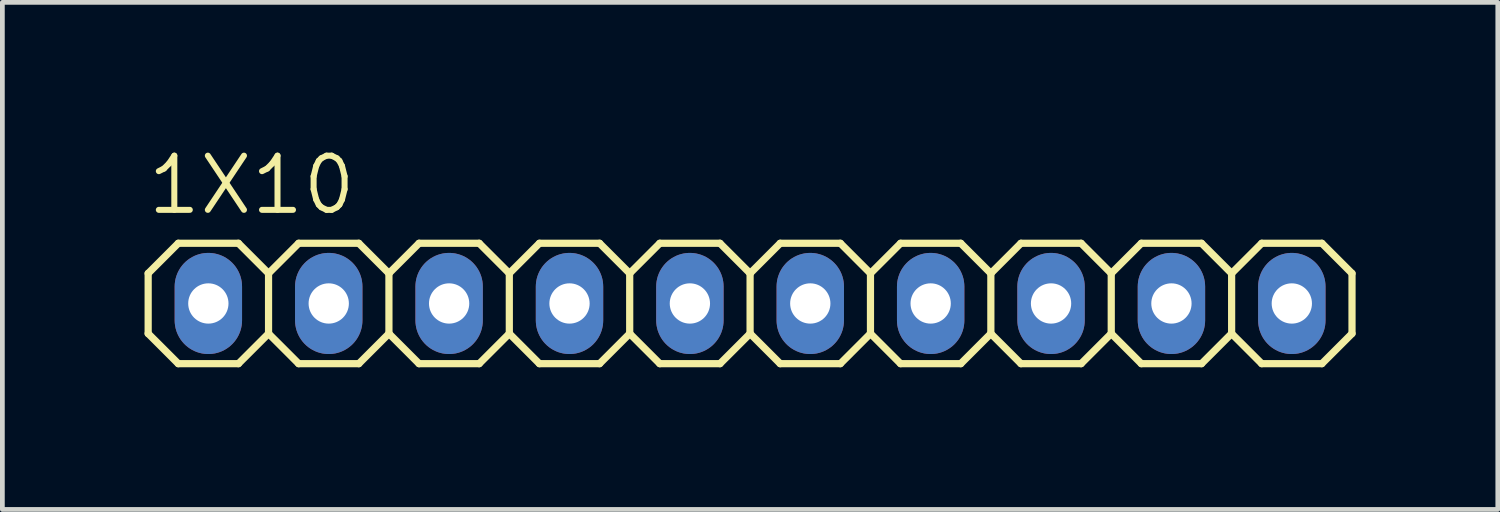
<source format=kicad_pcb>
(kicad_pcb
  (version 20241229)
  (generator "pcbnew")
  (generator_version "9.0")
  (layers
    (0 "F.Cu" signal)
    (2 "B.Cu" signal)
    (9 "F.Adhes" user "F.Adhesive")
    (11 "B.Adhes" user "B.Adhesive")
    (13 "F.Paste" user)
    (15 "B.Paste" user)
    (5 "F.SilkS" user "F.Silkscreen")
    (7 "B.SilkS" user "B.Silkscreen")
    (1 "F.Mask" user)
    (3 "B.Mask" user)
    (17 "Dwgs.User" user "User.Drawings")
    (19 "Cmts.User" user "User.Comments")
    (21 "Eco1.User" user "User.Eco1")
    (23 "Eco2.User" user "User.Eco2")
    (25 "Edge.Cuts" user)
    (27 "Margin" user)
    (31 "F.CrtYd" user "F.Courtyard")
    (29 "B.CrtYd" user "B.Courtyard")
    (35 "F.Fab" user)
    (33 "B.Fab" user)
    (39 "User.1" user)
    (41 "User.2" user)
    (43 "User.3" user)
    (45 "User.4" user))
  (footprint "1X10"
    (layer "F.Cu")
    (at 12.776 3.353)
    (property "Reference" "1X10" (at -12.776 -1.829 0) (layer "F.SilkS") (effects (font (size 1.143 1.143) (thickness 0.127)) (justify left bottom)))
    (fp_line (start -12.7 -0.635) (end -12.7 0.635) (stroke (width 0.152) (type solid)) (layer "F.SilkS"))
    (fp_line (start -12.7 0.635) (end -12.065 1.27) (stroke (width 0.152) (type solid)) (layer "F.SilkS"))
    (fp_line (start -12.065 -1.27) (end -12.7 -0.635) (stroke (width 0.152) (type solid)) (layer "F.SilkS"))
    (fp_line (start -12.065 -1.27) (end -10.795 -1.27) (stroke (width 0.152) (type solid)) (layer "F.SilkS"))
    (fp_line (start -10.795 -1.27) (end -10.16 -0.635) (stroke (width 0.152) (type solid)) (layer "F.SilkS"))
    (fp_line (start -10.795 1.27) (end -12.065 1.27) (stroke (width 0.152) (type solid)) (layer "F.SilkS"))
    (fp_line (start -10.16 -0.635) (end -10.16 0.635) (stroke (width 0.152) (type solid)) (layer "F.SilkS"))
    (fp_line (start -10.16 -0.635) (end -9.525 -1.27) (stroke (width 0.152) (type solid)) (layer "F.SilkS"))
    (fp_line (start -10.16 0.635) (end -10.795 1.27) (stroke (width 0.152) (type solid)) (layer "F.SilkS"))
    (fp_line (start -9.525 -1.27) (end -8.255 -1.27) (stroke (width 0.152) (type solid)) (layer "F.SilkS"))
    (fp_line (start -9.525 1.27) (end -10.16 0.635) (stroke (width 0.152) (type solid)) (layer "F.SilkS"))
    (fp_line (start -8.255 -1.27) (end -7.62 -0.635) (stroke (width 0.152) (type solid)) (layer "F.SilkS"))
    (fp_line (start -8.255 1.27) (end -9.525 1.27) (stroke (width 0.152) (type solid)) (layer "F.SilkS"))
    (fp_line (start -7.62 -0.635) (end -7.62 0.635) (stroke (width 0.152) (type solid)) (layer "F.SilkS"))
    (fp_line (start -7.62 -0.635) (end -6.985 -1.27) (stroke (width 0.152) (type solid)) (layer "F.SilkS"))
    (fp_line (start -7.62 0.635) (end -8.255 1.27) (stroke (width 0.152) (type solid)) (layer "F.SilkS"))
    (fp_line (start -6.985 -1.27) (end -5.715 -1.27) (stroke (width 0.152) (type solid)) (layer "F.SilkS"))
    (fp_line (start -6.985 1.27) (end -7.62 0.635) (stroke (width 0.152) (type solid)) (layer "F.SilkS"))
    (fp_line (start -5.715 -1.27) (end -5.08 -0.635) (stroke (width 0.152) (type solid)) (layer "F.SilkS"))
    (fp_line (start -5.715 1.27) (end -6.985 1.27) (stroke (width 0.152) (type solid)) (layer "F.SilkS"))
    (fp_line (start -5.08 -0.635) (end -5.08 0.635) (stroke (width 0.152) (type solid)) (layer "F.SilkS"))
    (fp_line (start -5.08 0.635) (end -5.715 1.27) (stroke (width 0.152) (type solid)) (layer "F.SilkS"))
    (fp_line (start -5.08 0.635) (end -4.445 1.27) (stroke (width 0.152) (type solid)) (layer "F.SilkS"))
    (fp_line (start -4.445 -1.27) (end -5.08 -0.635) (stroke (width 0.152) (type solid)) (layer "F.SilkS"))
    (fp_line (start -4.445 -1.27) (end -3.175 -1.27) (stroke (width 0.152) (type solid)) (layer "F.SilkS"))
    (fp_line (start -3.175 -1.27) (end -2.54 -0.635) (stroke (width 0.152) (type solid)) (layer "F.SilkS"))
    (fp_line (start -3.175 1.27) (end -4.445 1.27) (stroke (width 0.152) (type solid)) (layer "F.SilkS"))
    (fp_line (start -2.54 -0.635) (end -2.54 0.635) (stroke (width 0.152) (type solid)) (layer "F.SilkS"))
    (fp_line (start -2.54 -0.635) (end -1.905 -1.27) (stroke (width 0.152) (type solid)) (layer "F.SilkS"))
    (fp_line (start -2.54 0.635) (end -3.175 1.27) (stroke (width 0.152) (type solid)) (layer "F.SilkS"))
    (fp_line (start -1.905 -1.27) (end -0.635 -1.27) (stroke (width 0.152) (type solid)) (layer "F.SilkS"))
    (fp_line (start -1.905 1.27) (end -2.54 0.635) (stroke (width 0.152) (type solid)) (layer "F.SilkS"))
    (fp_line (start -0.635 -1.27) (end 0 -0.635) (stroke (width 0.152) (type solid)) (layer "F.SilkS"))
    (fp_line (start -0.635 1.27) (end -1.905 1.27) (stroke (width 0.152) (type solid)) (layer "F.SilkS"))
    (fp_line (start 0 -0.635) (end 0 0.635) (stroke (width 0.152) (type solid)) (layer "F.SilkS"))
    (fp_line (start 0 -0.635) (end 0.635 -1.27) (stroke (width 0.152) (type solid)) (layer "F.SilkS"))
    (fp_line (start 0 0.635) (end -0.635 1.27) (stroke (width 0.152) (type solid)) (layer "F.SilkS"))
    (fp_line (start 0.635 -1.27) (end 1.905 -1.27) (stroke (width 0.152) (type solid)) (layer "F.SilkS"))
    (fp_line (start 0.635 1.27) (end 0 0.635) (stroke (width 0.152) (type solid)) (layer "F.SilkS"))
    (fp_line (start 1.905 -1.27) (end 2.54 -0.635) (stroke (width 0.152) (type solid)) (layer "F.SilkS"))
    (fp_line (start 1.905 1.27) (end 0.635 1.27) (stroke (width 0.152) (type solid)) (layer "F.SilkS"))
    (fp_line (start 2.54 -0.635) (end 2.54 0.635) (stroke (width 0.152) (type solid)) (layer "F.SilkS"))
    (fp_line (start 2.54 0.635) (end 1.905 1.27) (stroke (width 0.152) (type solid)) (layer "F.SilkS"))
    (fp_line (start 2.54 0.635) (end 3.175 1.27) (stroke (width 0.152) (type solid)) (layer "F.SilkS"))
    (fp_line (start 3.175 -1.27) (end 2.54 -0.635) (stroke (width 0.152) (type solid)) (layer "F.SilkS"))
    (fp_line (start 3.175 -1.27) (end 4.445 -1.27) (stroke (width 0.152) (type solid)) (layer "F.SilkS"))
    (fp_line (start 4.445 -1.27) (end 5.08 -0.635) (stroke (width 0.152) (type solid)) (layer "F.SilkS"))
    (fp_line (start 4.445 1.27) (end 3.175 1.27) (stroke (width 0.152) (type solid)) (layer "F.SilkS"))
    (fp_line (start 5.08 -0.635) (end 5.08 0.635) (stroke (width 0.152) (type solid)) (layer "F.SilkS"))
    (fp_line (start 5.08 -0.635) (end 5.715 -1.27) (stroke (width 0.152) (type solid)) (layer "F.SilkS"))
    (fp_line (start 5.08 0.635) (end 4.445 1.27) (stroke (width 0.152) (type solid)) (layer "F.SilkS"))
    (fp_line (start 5.715 -1.27) (end 6.985 -1.27) (stroke (width 0.152) (type solid)) (layer "F.SilkS"))
    (fp_line (start 5.715 1.27) (end 5.08 0.635) (stroke (width 0.152) (type solid)) (layer "F.SilkS"))
    (fp_line (start 6.985 -1.27) (end 7.62 -0.635) (stroke (width 0.152) (type solid)) (layer "F.SilkS"))
    (fp_line (start 6.985 1.27) (end 5.715 1.27) (stroke (width 0.152) (type solid)) (layer "F.SilkS"))
    (fp_line (start 7.62 -0.635) (end 7.62 0.635) (stroke (width 0.152) (type solid)) (layer "F.SilkS"))
    (fp_line (start 7.62 -0.635) (end 8.255 -1.27) (stroke (width 0.152) (type solid)) (layer "F.SilkS"))
    (fp_line (start 7.62 0.635) (end 6.985 1.27) (stroke (width 0.152) (type solid)) (layer "F.SilkS"))
    (fp_line (start 8.255 -1.27) (end 9.525 -1.27) (stroke (width 0.152) (type solid)) (layer "F.SilkS"))
    (fp_line (start 8.255 1.27) (end 7.62 0.635) (stroke (width 0.152) (type solid)) (layer "F.SilkS"))
    (fp_line (start 9.525 -1.27) (end 10.16 -0.635) (stroke (width 0.152) (type solid)) (layer "F.SilkS"))
    (fp_line (start 9.525 1.27) (end 8.255 1.27) (stroke (width 0.152) (type solid)) (layer "F.SilkS"))
    (fp_line (start 10.16 -0.635) (end 10.16 0.635) (stroke (width 0.152) (type solid)) (layer "F.SilkS"))
    (fp_line (start 10.16 0.635) (end 9.525 1.27) (stroke (width 0.152) (type solid)) (layer "F.SilkS"))
    (fp_line (start 10.16 0.635) (end 10.795 1.27) (stroke (width 0.152) (type solid)) (layer "F.SilkS"))
    (fp_line (start 10.795 -1.27) (end 10.16 -0.635) (stroke (width 0.152) (type solid)) (layer "F.SilkS"))
    (fp_line (start 10.795 -1.27) (end 12.065 -1.27) (stroke (width 0.152) (type solid)) (layer "F.SilkS"))
    (fp_line (start 12.065 -1.27) (end 12.7 -0.635) (stroke (width 0.152) (type solid)) (layer "F.SilkS"))
    (fp_line (start 12.065 1.27) (end 10.795 1.27) (stroke (width 0.152) (type solid)) (layer "F.SilkS"))
    (fp_line (start 12.7 -0.635) (end 12.7 0.635) (stroke (width 0.152) (type solid)) (layer "F.SilkS"))
    (fp_line (start 12.7 0.635) (end 12.065 1.27) (stroke (width 0.152) (type solid)) (layer "F.SilkS"))
    (fp_poly (pts (xy -11.684 0.254) (xy -11.176 0.254) (xy -11.176 -0.254) (xy -11.684 -0.254)) (stroke (width 0.1) (type default)) (fill no) (layer "F.Fab"))
    (fp_poly (pts (xy -9.144 0.254) (xy -8.636 0.254) (xy -8.636 -0.254) (xy -9.144 -0.254)) (stroke (width 0.1) (type default)) (fill no) (layer "F.Fab"))
    (fp_poly (pts (xy -6.604 0.254) (xy -6.096 0.254) (xy -6.096 -0.254) (xy -6.604 -0.254)) (stroke (width 0.1) (type default)) (fill no) (layer "F.Fab"))
    (fp_poly (pts (xy -4.064 0.254) (xy -3.556 0.254) (xy -3.556 -0.254) (xy -4.064 -0.254)) (stroke (width 0.1) (type default)) (fill no) (layer "F.Fab"))
    (fp_poly (pts (xy -1.524 0.254) (xy -1.016 0.254) (xy -1.016 -0.254) (xy -1.524 -0.254)) (stroke (width 0.1) (type default)) (fill no) (layer "F.Fab"))
    (fp_poly (pts (xy 1.016 0.254) (xy 1.524 0.254) (xy 1.524 -0.254) (xy 1.016 -0.254)) (stroke (width 0.1) (type default)) (fill no) (layer "F.Fab"))
    (fp_poly (pts (xy 3.556 0.254) (xy 4.064 0.254) (xy 4.064 -0.254) (xy 3.556 -0.254)) (stroke (width 0.1) (type default)) (fill no) (layer "F.Fab"))
    (fp_poly (pts (xy 6.096 0.254) (xy 6.604 0.254) (xy 6.604 -0.254) (xy 6.096 -0.254)) (stroke (width 0.1) (type default)) (fill no) (layer "F.Fab"))
    (fp_poly (pts (xy 8.636 0.254) (xy 9.144 0.254) (xy 9.144 -0.254) (xy 8.636 -0.254)) (stroke (width 0.1) (type default)) (fill no) (layer "F.Fab"))
    (fp_poly (pts (xy 11.176 0.254) (xy 11.684 0.254) (xy 11.684 -0.254) (xy 11.176 -0.254)) (stroke (width 0.1) (type default)) (fill no) (layer "F.Fab"))
    (pad "1" thru_hole oval (at -11.43 0 90) (size 2.134 1.422) (drill 0.85) (layers "*.Cu" "*.Mask"))
    (pad "2" thru_hole oval (at -8.89 0 90) (size 2.134 1.422) (drill 0.85) (layers "*.Cu" "*.Mask"))
    (pad "3" thru_hole oval (at -6.35 0 90) (size 2.134 1.422) (drill 0.85) (layers "*.Cu" "*.Mask"))
    (pad "4" thru_hole oval (at -3.81 0 90) (size 2.134 1.422) (drill 0.85) (layers "*.Cu" "*.Mask"))
    (pad "5" thru_hole oval (at -1.27 0 90) (size 2.134 1.422) (drill 0.85) (layers "*.Cu" "*.Mask"))
    (pad "6" thru_hole oval (at 1.27 0 90) (size 2.134 1.422) (drill 0.85) (layers "*.Cu" "*.Mask"))
    (pad "7" thru_hole oval (at 3.81 0 90) (size 2.134 1.422) (drill 0.85) (layers "*.Cu" "*.Mask"))
    (pad "8" thru_hole oval (at 6.35 0 90) (size 2.134 1.422) (drill 0.85) (layers "*.Cu" "*.Mask"))
    (pad "9" thru_hole oval (at 8.89 0 90) (size 2.134 1.422) (drill 0.85) (layers "*.Cu" "*.Mask"))
    (pad "10" thru_hole oval (at 11.43 0 90) (size 2.134 1.422) (drill 0.85) (layers "*.Cu" "*.Mask")))
  (gr_rect
    (start -3 -3)
    (end 28.552 7.699)
    (stroke (width 0.1) (type default))
    (fill no)
    (layer "Edge.Cuts")))
</source>
